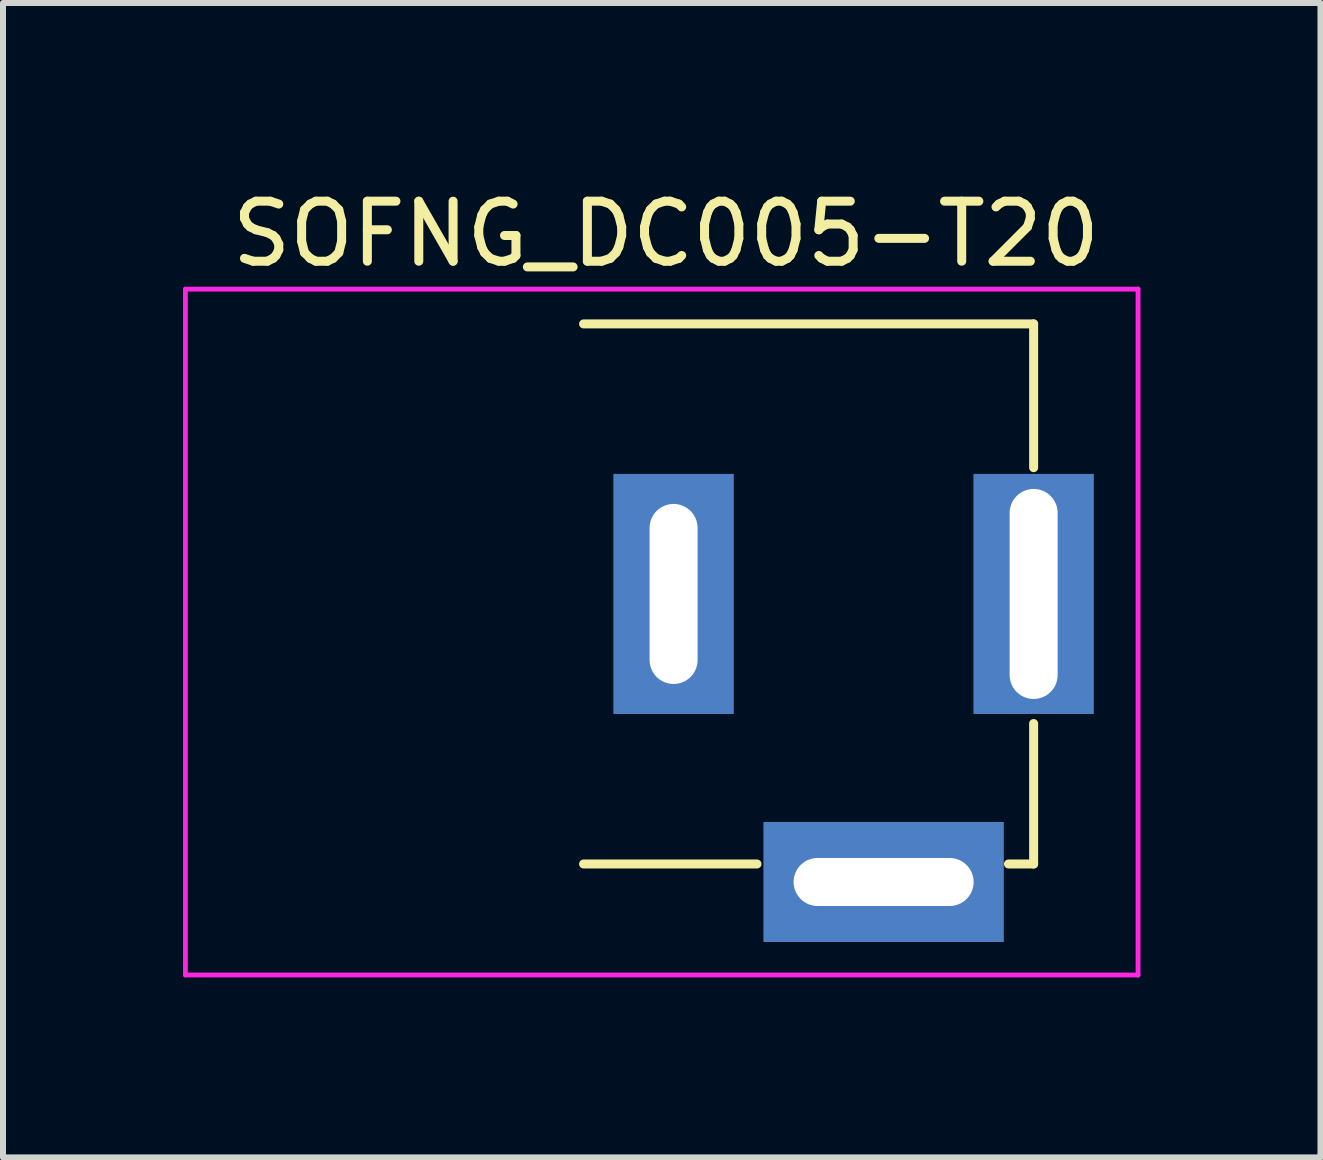
<source format=kicad_pcb>
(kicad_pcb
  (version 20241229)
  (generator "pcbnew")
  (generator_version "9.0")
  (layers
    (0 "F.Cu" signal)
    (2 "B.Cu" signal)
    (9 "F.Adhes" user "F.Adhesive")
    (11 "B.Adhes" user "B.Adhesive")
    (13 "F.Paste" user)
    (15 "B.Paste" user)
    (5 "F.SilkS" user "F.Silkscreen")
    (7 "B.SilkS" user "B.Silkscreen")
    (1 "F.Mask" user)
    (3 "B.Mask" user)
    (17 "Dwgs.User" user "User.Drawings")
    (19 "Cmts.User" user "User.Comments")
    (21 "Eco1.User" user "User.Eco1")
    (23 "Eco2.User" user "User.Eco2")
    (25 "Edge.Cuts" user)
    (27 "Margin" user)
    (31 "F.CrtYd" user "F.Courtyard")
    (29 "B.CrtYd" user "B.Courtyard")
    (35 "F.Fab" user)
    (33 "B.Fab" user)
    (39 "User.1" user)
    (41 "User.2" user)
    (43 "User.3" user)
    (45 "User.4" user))
  (footprint "SOFNG_DC005-T20"
    (layer "F.Cu")
    (at 8.175 6.848)
    (property "Reference" "SOFNG_DC005-T20" (at -0.127 -6 0) (layer "F.SilkS") (effects (font (size 1 1) (thickness 0.15))))
    (attr through_hole)
    (fp_line (start -1.5 -4.5) (end 6 -4.5) (stroke (width 0.15) (type solid)) (layer "F.SilkS"))
    (fp_line (start -1.5 4.5) (end 1.39 4.5) (stroke (width 0.15) (type solid)) (layer "F.SilkS"))
    (fp_line (start 5.581 4.5) (end 6 4.5) (stroke (width 0.15) (type solid)) (layer "F.SilkS"))
    (fp_line (start 6 -4.5) (end 6 -2.104) (stroke (width 0.15) (type solid)) (layer "F.SilkS"))
    (fp_line (start 6 2.159) (end 6 4.5) (stroke (width 0.15) (type solid)) (layer "F.SilkS"))
    (fp_line (start -8.135 -5.08) (end 7.74 -5.08) (stroke (width 0.08) (type solid)) (layer "F.CrtYd"))
    (fp_line (start -8.135 6.35) (end -8.135 -5.08) (stroke (width 0.08) (type solid)) (layer "F.CrtYd"))
    (fp_line (start 7.74 -5.08) (end 7.74 6.35) (stroke (width 0.08) (type solid)) (layer "F.CrtYd"))
    (fp_line (start 7.74 6.35) (end -8.135 6.35) (stroke (width 0.08) (type solid)) (layer "F.CrtYd"))
    (pad "1" thru_hole rect (at 6 0) (size 2 4) (drill oval 0.8 3.5) (layers "*.Cu" "*.Mask"))
    (pad "2" thru_hole rect (at 0 0) (size 2 4) (drill oval 0.8 3) (layers "*.Cu" "*.Mask"))
    (pad "2" thru_hole rect (at 3.5 4.8) (size 4 2) (drill oval 3 0.8) (layers "*.Cu" "*.Mask")))
  (gr_rect
    (start -3 -3)
    (end 18.955 16.238)
    (stroke (width 0.1) (type default))
    (fill no)
    (layer "Edge.Cuts")))
</source>
